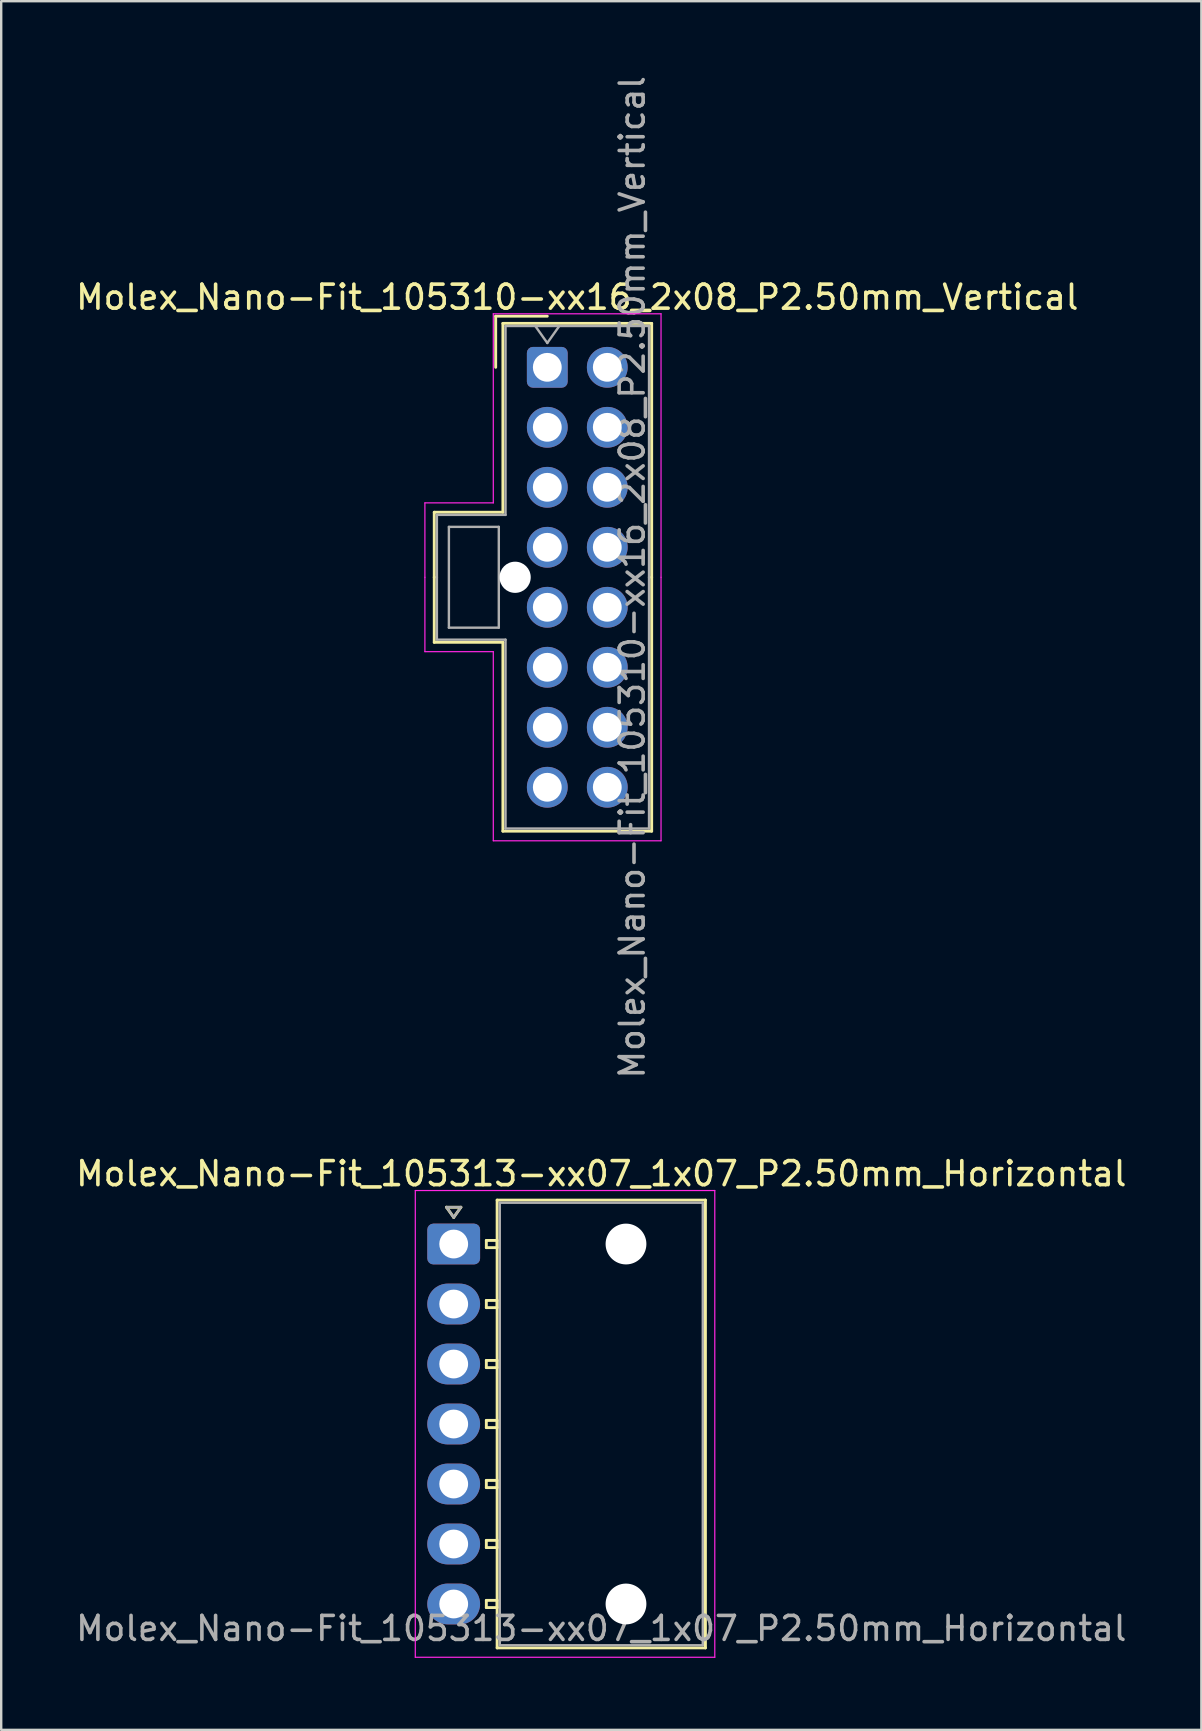
<source format=kicad_pcb>
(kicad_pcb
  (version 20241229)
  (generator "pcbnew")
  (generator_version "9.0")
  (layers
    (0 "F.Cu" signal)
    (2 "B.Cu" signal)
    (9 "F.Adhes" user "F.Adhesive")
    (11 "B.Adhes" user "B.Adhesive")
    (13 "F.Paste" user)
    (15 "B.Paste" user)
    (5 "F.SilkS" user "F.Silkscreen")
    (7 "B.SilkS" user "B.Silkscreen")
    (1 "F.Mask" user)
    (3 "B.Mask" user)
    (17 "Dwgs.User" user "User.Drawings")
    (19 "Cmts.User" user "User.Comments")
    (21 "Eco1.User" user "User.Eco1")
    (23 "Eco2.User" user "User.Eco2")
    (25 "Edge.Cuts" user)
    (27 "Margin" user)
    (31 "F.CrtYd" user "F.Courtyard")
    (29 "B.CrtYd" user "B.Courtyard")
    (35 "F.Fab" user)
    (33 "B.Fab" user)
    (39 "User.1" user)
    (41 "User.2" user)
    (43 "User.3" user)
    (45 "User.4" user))
  (footprint "Molex_Nano-Fit_105310-xx16_2x08_P2.50mm_Vertical"
    (layer "F.Cu")
    (at 19.756 12.256)
    (property "Reference" "Molex_Nano-Fit_105310-xx16_2x08_P2.50mm_Vertical" (at 1.25 -2.92 0) (layer "F.SilkS") (effects (font (size 1 1) (thickness 0.15))))
    (attr through_hole)
    (fp_line (start -4.71 6.04) (end -4.71 8.75) (stroke (width 0.12) (type solid)) (layer "F.SilkS"))
    (fp_line (start -4.71 11.46) (end -4.71 8.75) (stroke (width 0.12) (type solid)) (layer "F.SilkS"))
    (fp_line (start -2.15 -2.13) (end -2.15 0) (stroke (width 0.12) (type solid)) (layer "F.SilkS"))
    (fp_line (start -1.85 -1.83) (end -1.85 6.04) (stroke (width 0.12) (type solid)) (layer "F.SilkS"))
    (fp_line (start -1.85 6.04) (end -4.71 6.04) (stroke (width 0.12) (type solid)) (layer "F.SilkS"))
    (fp_line (start -1.85 11.46) (end -4.71 11.46) (stroke (width 0.12) (type solid)) (layer "F.SilkS"))
    (fp_line (start -1.85 19.33) (end -1.85 11.46) (stroke (width 0.12) (type solid)) (layer "F.SilkS"))
    (fp_line (start 0 -2.13) (end -2.15 -2.13) (stroke (width 0.12) (type solid)) (layer "F.SilkS"))
    (fp_line (start 4.35 -1.83) (end -1.85 -1.83) (stroke (width 0.12) (type solid)) (layer "F.SilkS"))
    (fp_line (start 4.35 8.75) (end 4.35 -1.83) (stroke (width 0.12) (type solid)) (layer "F.SilkS"))
    (fp_line (start 4.35 8.75) (end 4.35 19.33) (stroke (width 0.12) (type solid)) (layer "F.SilkS"))
    (fp_line (start 4.35 19.33) (end -1.85 19.33) (stroke (width 0.12) (type solid)) (layer "F.SilkS"))
    (fp_line (start -5.1 5.65) (end -5.1 8.75) (stroke (width 0.05) (type solid)) (layer "F.CrtYd"))
    (fp_line (start -5.1 11.85) (end -5.1 8.75) (stroke (width 0.05) (type solid)) (layer "F.CrtYd"))
    (fp_line (start -2.25 -2.23) (end -2.25 5.65) (stroke (width 0.05) (type solid)) (layer "F.CrtYd"))
    (fp_line (start -2.25 5.65) (end -5.1 5.65) (stroke (width 0.05) (type solid)) (layer "F.CrtYd"))
    (fp_line (start -2.25 11.85) (end -5.1 11.85) (stroke (width 0.05) (type solid)) (layer "F.CrtYd"))
    (fp_line (start -2.25 19.73) (end -2.25 11.85) (stroke (width 0.05) (type solid)) (layer "F.CrtYd"))
    (fp_line (start 4.74 -2.23) (end -2.25 -2.23) (stroke (width 0.05) (type solid)) (layer "F.CrtYd"))
    (fp_line (start 4.74 8.75) (end 4.74 -2.23) (stroke (width 0.05) (type solid)) (layer "F.CrtYd"))
    (fp_line (start 4.74 8.75) (end 4.74 19.73) (stroke (width 0.05) (type solid)) (layer "F.CrtYd"))
    (fp_line (start 4.74 19.73) (end -2.25 19.73) (stroke (width 0.05) (type solid)) (layer "F.CrtYd"))
    (fp_line (start -4.6 6.15) (end -4.6 8.75) (stroke (width 0.1) (type solid)) (layer "F.Fab"))
    (fp_line (start -4.6 11.35) (end -4.6 8.75) (stroke (width 0.1) (type solid)) (layer "F.Fab"))
    (fp_line (start -4.1 6.65) (end -4.1 10.85) (stroke (width 0.1) (type solid)) (layer "F.Fab"))
    (fp_line (start -4.1 10.85) (end -2.02 10.85) (stroke (width 0.1) (type solid)) (layer "F.Fab"))
    (fp_line (start -2.02 6.65) (end -4.1 6.65) (stroke (width 0.1) (type solid)) (layer "F.Fab"))
    (fp_line (start -2.02 10.85) (end -2.02 6.65) (stroke (width 0.1) (type solid)) (layer "F.Fab"))
    (fp_line (start -1.74 -1.72) (end -1.74 6.15) (stroke (width 0.1) (type solid)) (layer "F.Fab"))
    (fp_line (start -1.74 6.15) (end -4.6 6.15) (stroke (width 0.1) (type solid)) (layer "F.Fab"))
    (fp_line (start -1.74 11.35) (end -4.6 11.35) (stroke (width 0.1) (type solid)) (layer "F.Fab"))
    (fp_line (start -1.74 19.22) (end -1.74 11.35) (stroke (width 0.1) (type solid)) (layer "F.Fab"))
    (fp_line (start -0.5 -1.72) (end 0 -1.013) (stroke (width 0.1) (type solid)) (layer "F.Fab"))
    (fp_line (start 0 -1.013) (end 0.5 -1.72) (stroke (width 0.1) (type solid)) (layer "F.Fab"))
    (fp_line (start 4.24 -1.72) (end -1.74 -1.72) (stroke (width 0.1) (type solid)) (layer "F.Fab"))
    (fp_line (start 4.24 8.75) (end 4.24 -1.72) (stroke (width 0.1) (type solid)) (layer "F.Fab"))
    (fp_line (start 4.24 8.75) (end 4.24 19.22) (stroke (width 0.1) (type solid)) (layer "F.Fab"))
    (fp_line (start 4.24 19.22) (end -1.74 19.22) (stroke (width 0.1) (type solid)) (layer "F.Fab"))
    (fp_text user "${REFERENCE}" (at 3.54 8.75 90) (layer "F.Fab") (effects (font (size 1 1) (thickness 0.15))))
    (pad "" np_thru_hole circle (at -1.34 8.75) (size 1.3 1.3) (drill 1.3) (layers "*.Cu" "*.Mask"))
    (pad "1" thru_hole roundrect (at 0 0) (size 1.7 1.7) (drill 1.2) (layers "*.Cu" "*.Mask") (roundrect_rratio 0.147))
    (pad "2" thru_hole circle (at 0 2.5) (size 1.7 1.7) (drill 1.2) (layers "*.Cu" "*.Mask"))
    (pad "3" thru_hole circle (at 0 5) (size 1.7 1.7) (drill 1.2) (layers "*.Cu" "*.Mask"))
    (pad "4" thru_hole circle (at 0 7.5) (size 1.7 1.7) (drill 1.2) (layers "*.Cu" "*.Mask"))
    (pad "5" thru_hole circle (at 0 10) (size 1.7 1.7) (drill 1.2) (layers "*.Cu" "*.Mask"))
    (pad "6" thru_hole circle (at 0 12.5) (size 1.7 1.7) (drill 1.2) (layers "*.Cu" "*.Mask"))
    (pad "7" thru_hole circle (at 0 15) (size 1.7 1.7) (drill 1.2) (layers "*.Cu" "*.Mask"))
    (pad "8" thru_hole circle (at 0 17.5) (size 1.7 1.7) (drill 1.2) (layers "*.Cu" "*.Mask"))
    (pad "9" thru_hole circle (at 2.5 0) (size 1.7 1.7) (drill 1.2) (layers "*.Cu" "*.Mask"))
    (pad "10" thru_hole circle (at 2.5 2.5) (size 1.7 1.7) (drill 1.2) (layers "*.Cu" "*.Mask"))
    (pad "11" thru_hole circle (at 2.5 5) (size 1.7 1.7) (drill 1.2) (layers "*.Cu" "*.Mask"))
    (pad "12" thru_hole circle (at 2.5 7.5) (size 1.7 1.7) (drill 1.2) (layers "*.Cu" "*.Mask"))
    (pad "13" thru_hole circle (at 2.5 10) (size 1.7 1.7) (drill 1.2) (layers "*.Cu" "*.Mask"))
    (pad "14" thru_hole circle (at 2.5 12.5) (size 1.7 1.7) (drill 1.2) (layers "*.Cu" "*.Mask"))
    (pad "15" thru_hole circle (at 2.5 15) (size 1.7 1.7) (drill 1.2) (layers "*.Cu" "*.Mask"))
    (pad "16" thru_hole circle (at 2.5 17.5) (size 1.7 1.7) (drill 1.2) (layers "*.Cu" "*.Mask")))
  (footprint "Molex_Nano-Fit_105313-xx07_1x07_P2.50mm_Horizontal"
    (layer "F.Cu")
    (at 15.856 48.79)
    (property "Reference" "Molex_Nano-Fit_105313-xx07_1x07_P2.50mm_Horizontal" (at 6.15 -2.93 0) (layer "F.SilkS") (effects (font (size 1 1) (thickness 0.15))))
    (attr through_hole)
    (fp_line (start -0.3 -1.534) (end 0 -1.11) (stroke (width 0.12) (type solid)) (layer "F.SilkS"))
    (fp_line (start 0 -1.11) (end 0.3 -1.534) (stroke (width 0.12) (type solid)) (layer "F.SilkS"))
    (fp_line (start 0.3 -1.534) (end -0.3 -1.534) (stroke (width 0.12) (type solid)) (layer "F.SilkS"))
    (fp_line (start 1.36 -0.15) (end 1.36 0.15) (stroke (width 0.12) (type solid)) (layer "F.SilkS"))
    (fp_line (start 1.36 0.15) (end 1.81 0.15) (stroke (width 0.12) (type solid)) (layer "F.SilkS"))
    (fp_line (start 1.36 2.35) (end 1.36 2.65) (stroke (width 0.12) (type solid)) (layer "F.SilkS"))
    (fp_line (start 1.36 2.65) (end 1.81 2.65) (stroke (width 0.12) (type solid)) (layer "F.SilkS"))
    (fp_line (start 1.36 4.85) (end 1.36 5.15) (stroke (width 0.12) (type solid)) (layer "F.SilkS"))
    (fp_line (start 1.36 5.15) (end 1.81 5.15) (stroke (width 0.12) (type solid)) (layer "F.SilkS"))
    (fp_line (start 1.36 7.35) (end 1.36 7.65) (stroke (width 0.12) (type solid)) (layer "F.SilkS"))
    (fp_line (start 1.36 7.65) (end 1.81 7.65) (stroke (width 0.12) (type solid)) (layer "F.SilkS"))
    (fp_line (start 1.36 9.85) (end 1.36 10.15) (stroke (width 0.12) (type solid)) (layer "F.SilkS"))
    (fp_line (start 1.36 10.15) (end 1.81 10.15) (stroke (width 0.12) (type solid)) (layer "F.SilkS"))
    (fp_line (start 1.36 12.35) (end 1.36 12.65) (stroke (width 0.12) (type solid)) (layer "F.SilkS"))
    (fp_line (start 1.36 12.65) (end 1.81 12.65) (stroke (width 0.12) (type solid)) (layer "F.SilkS"))
    (fp_line (start 1.36 14.85) (end 1.36 15.15) (stroke (width 0.12) (type solid)) (layer "F.SilkS"))
    (fp_line (start 1.36 15.15) (end 1.81 15.15) (stroke (width 0.12) (type solid)) (layer "F.SilkS"))
    (fp_line (start 1.81 -1.83) (end 1.81 16.83) (stroke (width 0.12) (type solid)) (layer "F.SilkS"))
    (fp_line (start 1.81 -0.15) (end 1.36 -0.15) (stroke (width 0.12) (type solid)) (layer "F.SilkS"))
    (fp_line (start 1.81 0.15) (end 1.81 -0.15) (stroke (width 0.12) (type solid)) (layer "F.SilkS"))
    (fp_line (start 1.81 2.35) (end 1.36 2.35) (stroke (width 0.12) (type solid)) (layer "F.SilkS"))
    (fp_line (start 1.81 2.65) (end 1.81 2.35) (stroke (width 0.12) (type solid)) (layer "F.SilkS"))
    (fp_line (start 1.81 4.85) (end 1.36 4.85) (stroke (width 0.12) (type solid)) (layer "F.SilkS"))
    (fp_line (start 1.81 5.15) (end 1.81 4.85) (stroke (width 0.12) (type solid)) (layer "F.SilkS"))
    (fp_line (start 1.81 7.35) (end 1.36 7.35) (stroke (width 0.12) (type solid)) (layer "F.SilkS"))
    (fp_line (start 1.81 7.65) (end 1.81 7.35) (stroke (width 0.12) (type solid)) (layer "F.SilkS"))
    (fp_line (start 1.81 9.85) (end 1.36 9.85) (stroke (width 0.12) (type solid)) (layer "F.SilkS"))
    (fp_line (start 1.81 10.15) (end 1.81 9.85) (stroke (width 0.12) (type solid)) (layer "F.SilkS"))
    (fp_line (start 1.81 12.35) (end 1.36 12.35) (stroke (width 0.12) (type solid)) (layer "F.SilkS"))
    (fp_line (start 1.81 12.65) (end 1.81 12.35) (stroke (width 0.12) (type solid)) (layer "F.SilkS"))
    (fp_line (start 1.81 14.85) (end 1.36 14.85) (stroke (width 0.12) (type solid)) (layer "F.SilkS"))
    (fp_line (start 1.81 15.15) (end 1.81 14.85) (stroke (width 0.12) (type solid)) (layer "F.SilkS"))
    (fp_line (start 1.81 16.83) (end 10.49 16.83) (stroke (width 0.12) (type solid)) (layer "F.SilkS"))
    (fp_line (start 10.49 -1.83) (end 1.81 -1.83) (stroke (width 0.12) (type solid)) (layer "F.SilkS"))
    (fp_line (start 10.49 16.83) (end 10.49 -1.83) (stroke (width 0.12) (type solid)) (layer "F.SilkS"))
    (fp_line (start -1.6 -2.23) (end -1.6 17.22) (stroke (width 0.05) (type solid)) (layer "F.CrtYd"))
    (fp_line (start -1.6 17.22) (end 10.88 17.22) (stroke (width 0.05) (type solid)) (layer "F.CrtYd"))
    (fp_line (start 10.88 -2.23) (end -1.6 -2.23) (stroke (width 0.05) (type solid)) (layer "F.CrtYd"))
    (fp_line (start 10.88 17.22) (end 10.88 -2.23) (stroke (width 0.05) (type solid)) (layer "F.CrtYd"))
    (fp_line (start -0.3 -1.534) (end 0 -1.11) (stroke (width 0.1) (type solid)) (layer "F.Fab"))
    (fp_line (start 0 -1.11) (end 0.3 -1.534) (stroke (width 0.1) (type solid)) (layer "F.Fab"))
    (fp_line (start 0.3 -1.534) (end -0.3 -1.534) (stroke (width 0.1) (type solid)) (layer "F.Fab"))
    (fp_line (start 1.92 -1.72) (end 1.92 16.72) (stroke (width 0.1) (type solid)) (layer "F.Fab"))
    (fp_line (start 1.92 16.72) (end 10.38 16.72) (stroke (width 0.1) (type solid)) (layer "F.Fab"))
    (fp_line (start 10.38 -1.72) (end 1.92 -1.72) (stroke (width 0.1) (type solid)) (layer "F.Fab"))
    (fp_line (start 10.38 16.72) (end 10.38 -1.72) (stroke (width 0.1) (type solid)) (layer "F.Fab"))
    (fp_text user "${REFERENCE}" (at 6.15 16.02 0) (layer "F.Fab") (effects (font (size 1 1) (thickness 0.15))))
    (pad "" np_thru_hole circle (at 7.18 0) (size 1.7 1.7) (drill 1.7) (layers "*.Cu" "*.Mask"))
    (pad "" np_thru_hole circle (at 7.18 15) (size 1.7 1.7) (drill 1.7) (layers "*.Cu" "*.Mask"))
    (pad "1" thru_hole roundrect (at 0 0) (size 2.2 1.7) (drill 1.2) (layers "*.Cu" "*.Mask") (roundrect_rratio 0.147))
    (pad "2" thru_hole oval (at 0 2.5) (size 2.2 1.7) (drill 1.2) (layers "*.Cu" "*.Mask"))
    (pad "3" thru_hole oval (at 0 5) (size 2.2 1.7) (drill 1.2) (layers "*.Cu" "*.Mask"))
    (pad "4" thru_hole oval (at 0 7.5) (size 2.2 1.7) (drill 1.2) (layers "*.Cu" "*.Mask"))
    (pad "5" thru_hole oval (at 0 10) (size 2.2 1.7) (drill 1.2) (layers "*.Cu" "*.Mask"))
    (pad "6" thru_hole oval (at 0 12.5) (size 2.2 1.7) (drill 1.2) (layers "*.Cu" "*.Mask"))
    (pad "7" thru_hole oval (at 0 15) (size 2.2 1.7) (drill 1.2) (layers "*.Cu" "*.Mask")))
  (gr_rect
    (start -3 -3)
    (end 47.012 69.035)
    (stroke (width 0.1) (type default))
    (fill no)
    (layer "Edge.Cuts")))
</source>
